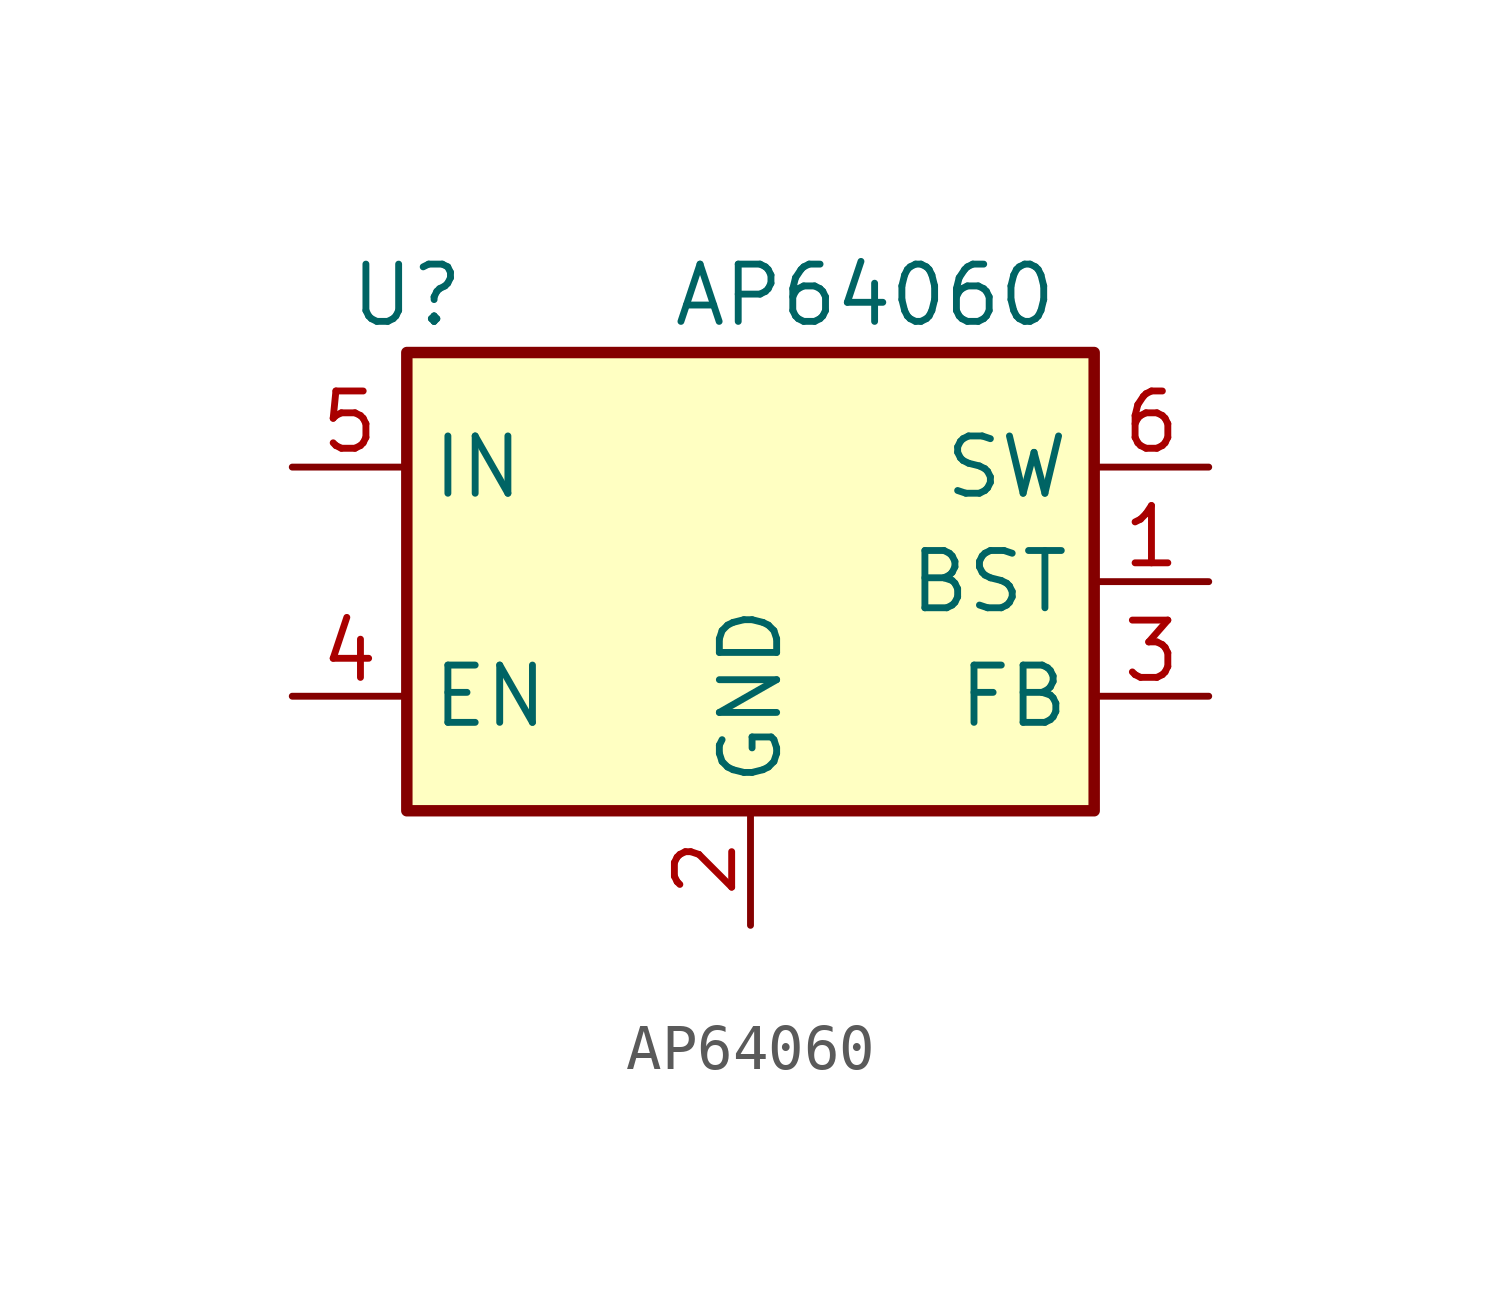
<source format=kicad_sym>
(kicad_symbol_lib
  (version 20211014)
  (generator kicad_symbol_editor)
  (symbol "AP64060"
    (property "Reference" "U"
      (at -7.62 6.35 0)
      (effects (font (size 1.27 1.27))))
    (property "Value" "AP64060"
      (at 2.54 6.35 0)
      (effects (font (size 1.27 1.27))))
    (symbol "AP64060_0_1"
      (rectangle (start -7.62 5.08) (end 7.62 -5.08) (stroke (width 0.254) (type default) (color 0 0 0 0)) (fill (type background))))
    (symbol "AP64060_1_1"
      (pin passive line (at 10.16 0 180) (length 2.54) (name "BST" (effects (font (size 1.27 1.27)))) (number "1" (effects (font (size 1.27 1.27)))))
      (pin power_in line (at 0 -7.62 90) (length 2.54) (name "GND" (effects (font (size 1.27 1.27)))) (number "2" (effects (font (size 1.27 1.27)))))
      (pin input line (at 10.16 -2.54 180) (length 2.54) (name "FB" (effects (font (size 1.27 1.27)))) (number "3" (effects (font (size 1.27 1.27)))))
      (pin input line (at -10.16 -2.54 0) (length 2.54) (name "EN" (effects (font (size 1.27 1.27)))) (number "4" (effects (font (size 1.27 1.27)))))
      (pin power_in line (at -10.16 2.54 0) (length 2.54) (name "IN" (effects (font (size 1.27 1.27)))) (number "5" (effects (font (size 1.27 1.27)))))
      (pin output line (at 10.16 2.54 180) (length 2.54) (name "SW" (effects (font (size 1.27 1.27)))) (number "6" (effects (font (size 1.27 1.27))))))))
</source>
